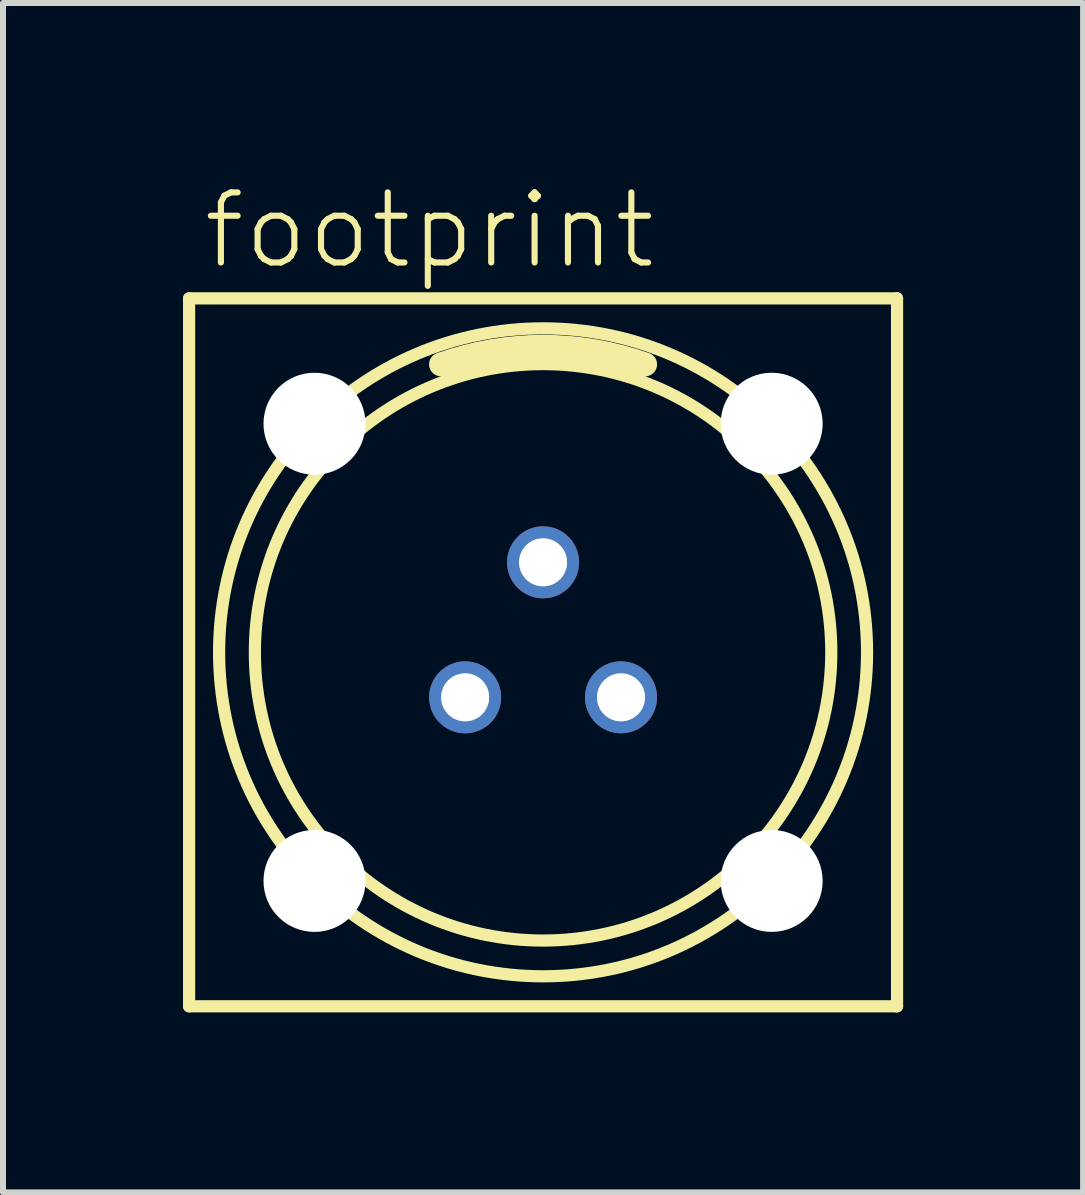
<source format=kicad_pcb>
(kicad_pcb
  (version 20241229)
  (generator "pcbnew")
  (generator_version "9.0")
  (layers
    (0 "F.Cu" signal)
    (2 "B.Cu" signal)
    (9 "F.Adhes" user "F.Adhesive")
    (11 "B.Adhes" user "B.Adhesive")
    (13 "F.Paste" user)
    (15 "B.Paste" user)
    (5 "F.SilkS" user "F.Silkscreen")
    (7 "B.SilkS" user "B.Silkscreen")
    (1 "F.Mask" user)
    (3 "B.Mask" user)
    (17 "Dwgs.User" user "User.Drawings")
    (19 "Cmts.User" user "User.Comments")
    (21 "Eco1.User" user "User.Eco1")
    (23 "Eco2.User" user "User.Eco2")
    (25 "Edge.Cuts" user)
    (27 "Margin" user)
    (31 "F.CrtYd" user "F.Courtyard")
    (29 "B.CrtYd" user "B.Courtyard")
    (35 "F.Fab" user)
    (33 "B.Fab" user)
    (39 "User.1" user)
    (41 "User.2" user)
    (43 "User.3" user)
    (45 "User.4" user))
  (footprint "footprint"
    (layer "F.Cu")
    (at 6.002 7.823)
    (property "Reference" "footprint" (at -5.715 -6.35 0) (layer "F.SilkS") (effects (font (size 1.168 1.168) (thickness 0.102)) (justify left bottom)))
    (fp_line (start -5.9 -5.9) (end 5.9 -5.9) (stroke (width 0.203) (type solid)) (layer "F.SilkS"))
    (fp_line (start -5.9 5.9) (end -5.9 -5.9) (stroke (width 0.203) (type solid)) (layer "F.SilkS"))
    (fp_line (start 5.9 -5.9) (end 5.9 5.9) (stroke (width 0.203) (type solid)) (layer "F.SilkS"))
    (fp_line (start 5.9 5.9) (end -5.9 5.9) (stroke (width 0.203) (type solid)) (layer "F.SilkS"))
    (fp_arc (start -1.7 -4.8) (mid 0 -5.092151) (end 1.7 -4.8) (stroke (width 0.4) (type solid)) (layer "F.SilkS"))
    (fp_circle (center 0 0) (end 4.804 0) (stroke (width 0.203) (type solid)) (fill no) (layer "F.SilkS"))
    (fp_circle (center 0 0) (end 5.4 0) (stroke (width 0.203) (type solid)) (fill no) (layer "F.SilkS"))
    (fp_circle (center -1.299 0.75) (end -1.001 0.75) (stroke (width 0.203) (type solid)) (fill no) (layer "F.Fab"))
    (fp_circle (center 0 -1.5) (end 0.298 -1.5) (stroke (width 0.203) (type solid)) (fill no) (layer "F.Fab"))
    (fp_circle (center 1.299 0.75) (end 1.597 0.75) (stroke (width 0.203) (type solid)) (fill no) (layer "F.Fab"))
    (pad "" np_thru_hole circle (at -3.81 -3.81) (size 1.7 1.7) (drill 1.7) (layers "*.Cu" "*.Mask"))
    (pad "" np_thru_hole circle (at -3.81 3.81) (size 1.7 1.7) (drill 1.7) (layers "*.Cu" "*.Mask"))
    (pad "" np_thru_hole circle (at 3.81 -3.81) (size 1.7 1.7) (drill 1.7) (layers "*.Cu" "*.Mask"))
    (pad "" np_thru_hole circle (at 3.81 3.81) (size 1.7 1.7) (drill 1.7) (layers "*.Cu" "*.Mask"))
    (pad "1" thru_hole circle (at 0 -1.5) (size 1.2 1.2) (drill 0.8) (layers "*.Cu" "*.Mask"))
    (pad "2" thru_hole circle (at -1.299 0.75) (size 1.2 1.2) (drill 0.8) (layers "*.Cu" "*.Mask"))
    (pad "3" thru_hole circle (at 1.299 0.75) (size 1.2 1.2) (drill 0.8) (layers "*.Cu" "*.Mask")))
  (gr_rect
    (start -3 -3)
    (end 15.003 16.825)
    (stroke (width 0.1) (type default))
    (fill no)
    (layer "Edge.Cuts")))
</source>
